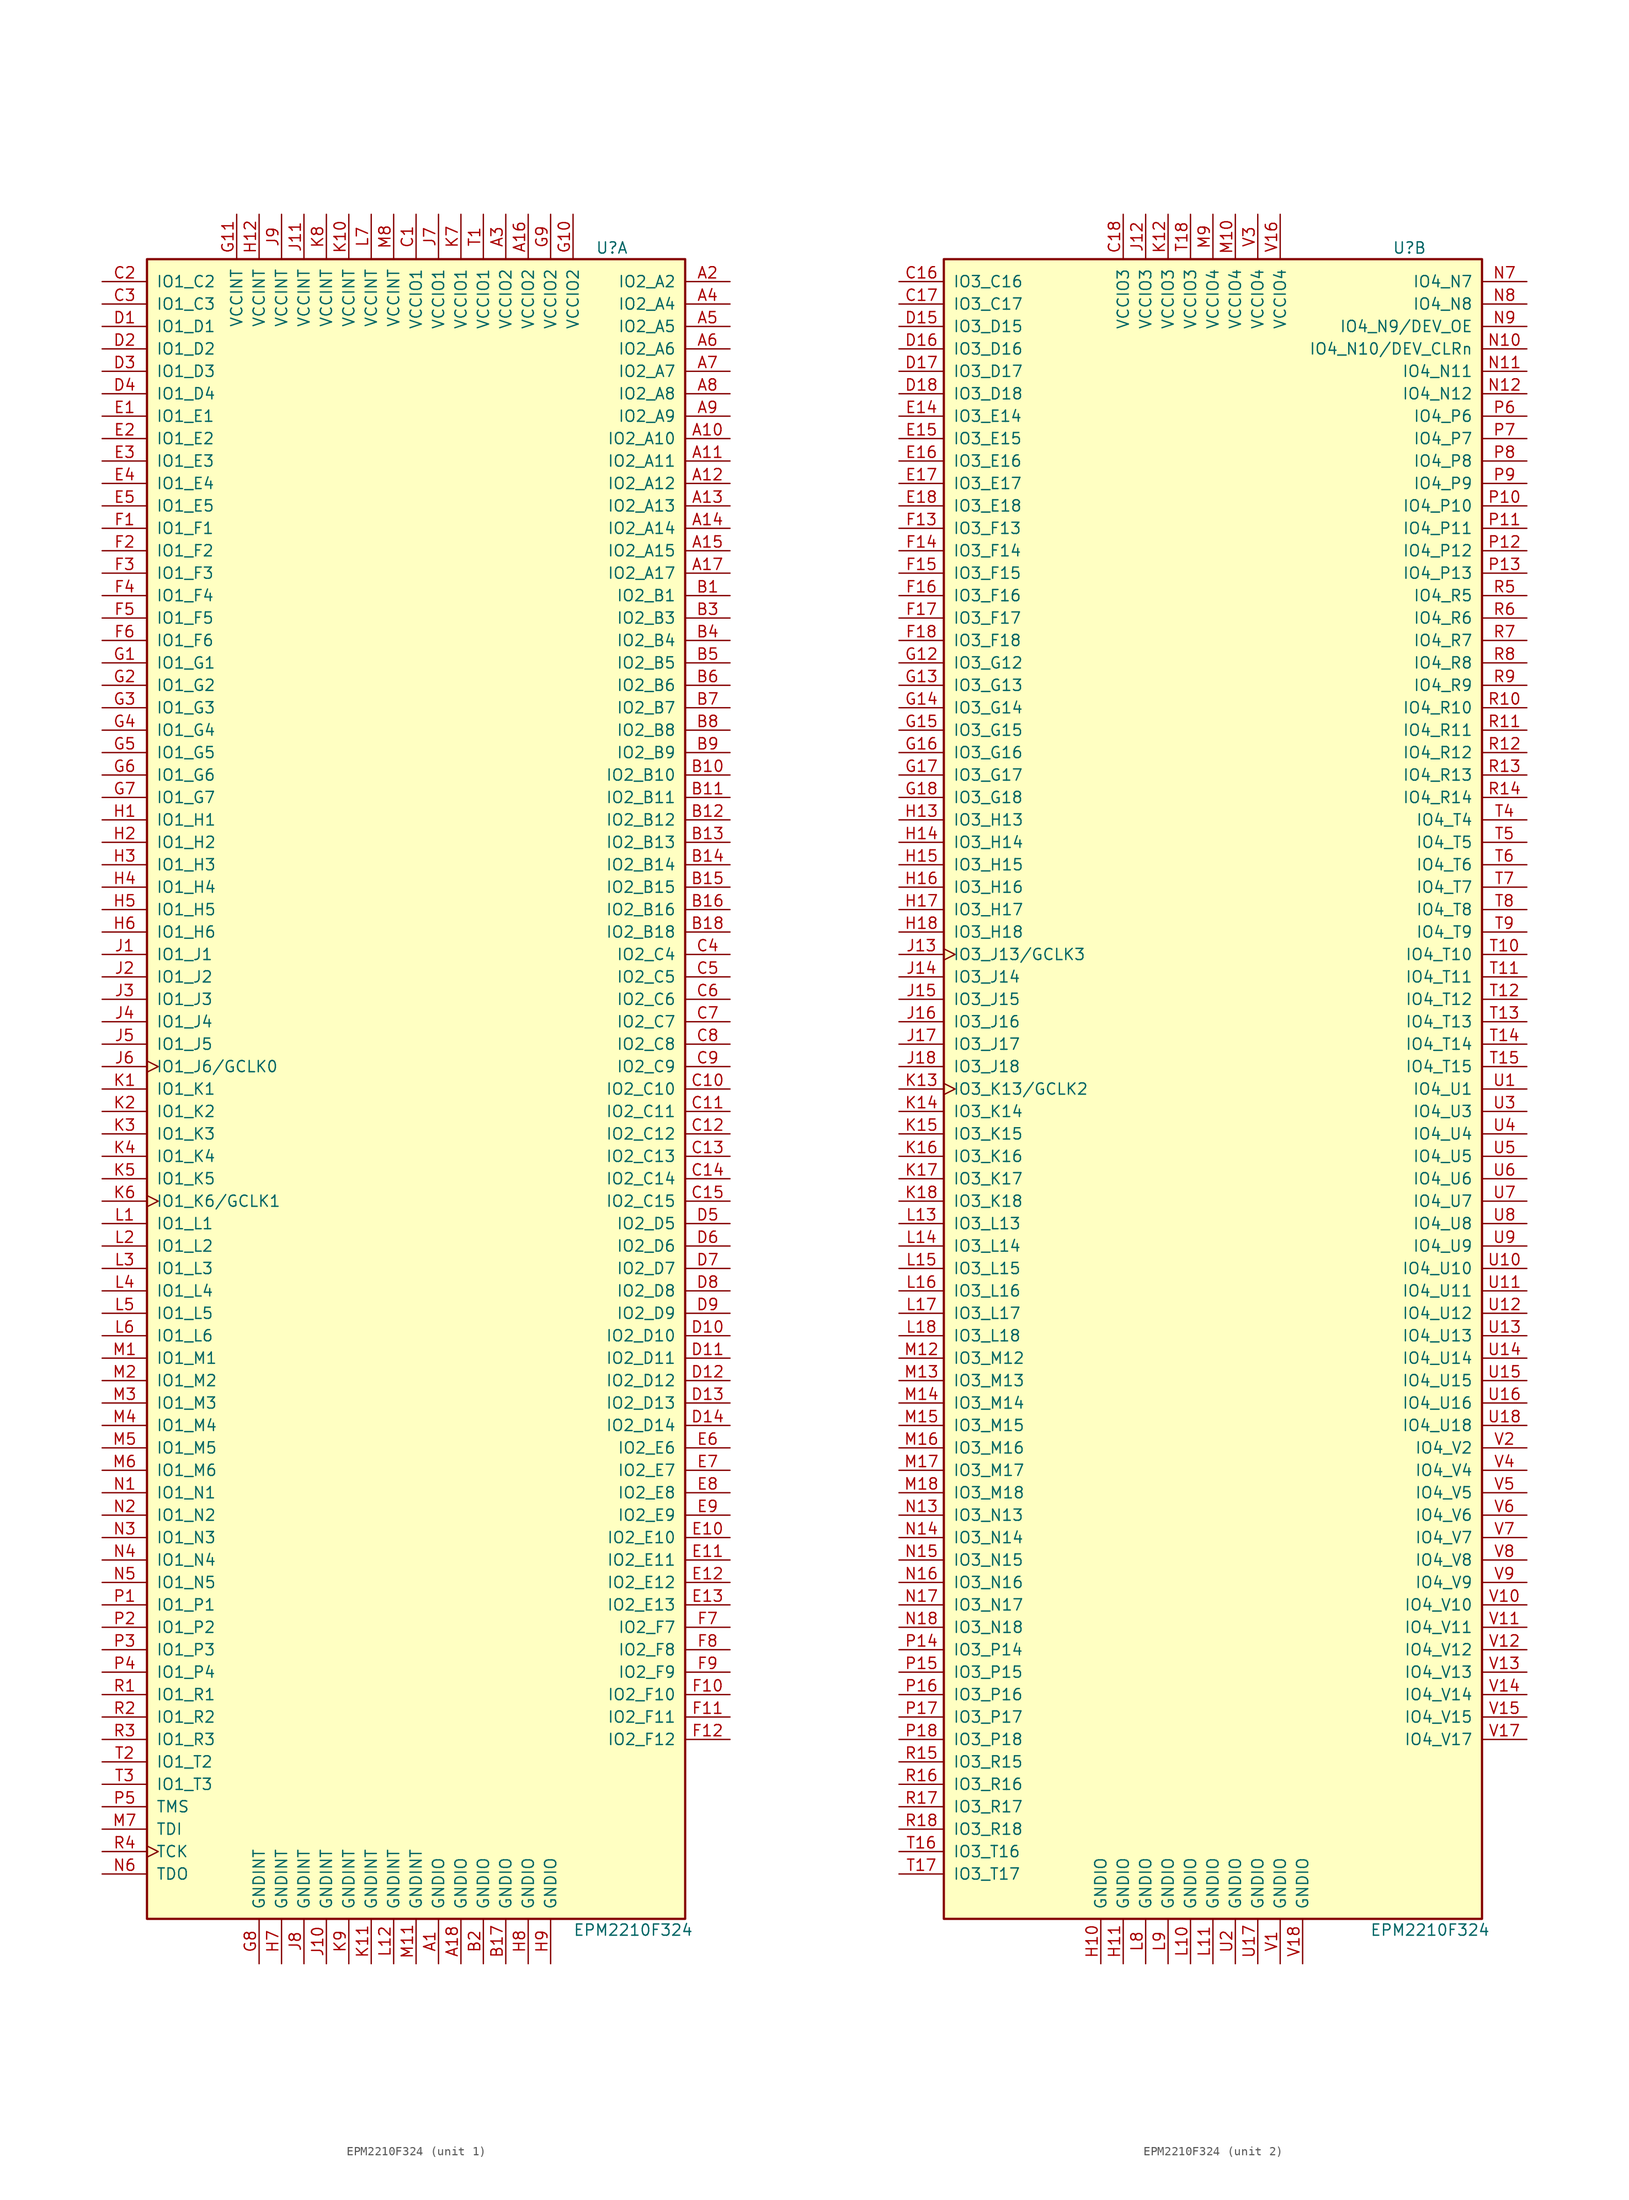
<source format=kicad_sym>
(kicad_symbol_lib
  (version 20201005)
  (generator kicad_symbol_editor)
  (symbol "EPM2210F324"
    (pin_names
      (offset 1.016))
    (property "Reference" "U"
      (at 20.32 95.25 0)
      (effects (font (size 1.27 1.27)) (justify left)))
    (property "Value" "EPM2210F324"
      (at 17.78 -95.25 0)
      (effects (font (size 1.27 1.27)) (justify left)))
    (property "ki_locked" ""
      (at 0 0 0)
      (effects (font (size 1.27 1.27))))
    (symbol "EPM2210F324_1_1"
      (rectangle (start -30.48 93.98) (end 30.48 -93.98) (stroke (width 0.254)) (fill (type background)))
      (pin bidirectional line (at 35.56 91.44 180) (length 5.08) (name "IO2_A2" (effects (font (size 1.27 1.27)))) (number "A2" (effects (font (size 1.27 1.27)))))
      (pin bidirectional line (at 35.56 88.9 180) (length 5.08) (name "IO2_A4" (effects (font (size 1.27 1.27)))) (number "A4" (effects (font (size 1.27 1.27)))))
      (pin bidirectional line (at 35.56 86.36 180) (length 5.08) (name "IO2_A5" (effects (font (size 1.27 1.27)))) (number "A5" (effects (font (size 1.27 1.27)))))
      (pin bidirectional line (at 35.56 83.82 180) (length 5.08) (name "IO2_A6" (effects (font (size 1.27 1.27)))) (number "A6" (effects (font (size 1.27 1.27)))))
      (pin bidirectional line (at 35.56 81.28 180) (length 5.08) (name "IO2_A7" (effects (font (size 1.27 1.27)))) (number "A7" (effects (font (size 1.27 1.27)))))
      (pin bidirectional line (at 35.56 78.74 180) (length 5.08) (name "IO2_A8" (effects (font (size 1.27 1.27)))) (number "A8" (effects (font (size 1.27 1.27)))))
      (pin bidirectional line (at 35.56 76.2 180) (length 5.08) (name "IO2_A9" (effects (font (size 1.27 1.27)))) (number "A9" (effects (font (size 1.27 1.27)))))
      (pin bidirectional line (at 35.56 73.66 180) (length 5.08) (name "IO2_A10" (effects (font (size 1.27 1.27)))) (number "A10" (effects (font (size 1.27 1.27)))))
      (pin bidirectional line (at 35.56 71.12 180) (length 5.08) (name "IO2_A11" (effects (font (size 1.27 1.27)))) (number "A11" (effects (font (size 1.27 1.27)))))
      (pin bidirectional line (at 35.56 68.58 180) (length 5.08) (name "IO2_A12" (effects (font (size 1.27 1.27)))) (number "A12" (effects (font (size 1.27 1.27)))))
      (pin bidirectional line (at 35.56 66.04 180) (length 5.08) (name "IO2_A13" (effects (font (size 1.27 1.27)))) (number "A13" (effects (font (size 1.27 1.27)))))
      (pin bidirectional line (at 35.56 63.5 180) (length 5.08) (name "IO2_A14" (effects (font (size 1.27 1.27)))) (number "A14" (effects (font (size 1.27 1.27)))))
      (pin bidirectional line (at 35.56 60.96 180) (length 5.08) (name "IO2_A15" (effects (font (size 1.27 1.27)))) (number "A15" (effects (font (size 1.27 1.27)))))
      (pin bidirectional line (at 35.56 58.42 180) (length 5.08) (name "IO2_A17" (effects (font (size 1.27 1.27)))) (number "A17" (effects (font (size 1.27 1.27)))))
      (pin bidirectional line (at 35.56 55.88 180) (length 5.08) (name "IO2_B1" (effects (font (size 1.27 1.27)))) (number "B1" (effects (font (size 1.27 1.27)))))
      (pin bidirectional line (at 35.56 53.34 180) (length 5.08) (name "IO2_B3" (effects (font (size 1.27 1.27)))) (number "B3" (effects (font (size 1.27 1.27)))))
      (pin bidirectional line (at 35.56 50.8 180) (length 5.08) (name "IO2_B4" (effects (font (size 1.27 1.27)))) (number "B4" (effects (font (size 1.27 1.27)))))
      (pin bidirectional line (at 35.56 48.26 180) (length 5.08) (name "IO2_B5" (effects (font (size 1.27 1.27)))) (number "B5" (effects (font (size 1.27 1.27)))))
      (pin bidirectional line (at 35.56 45.72 180) (length 5.08) (name "IO2_B6" (effects (font (size 1.27 1.27)))) (number "B6" (effects (font (size 1.27 1.27)))))
      (pin bidirectional line (at 35.56 43.18 180) (length 5.08) (name "IO2_B7" (effects (font (size 1.27 1.27)))) (number "B7" (effects (font (size 1.27 1.27)))))
      (pin bidirectional line (at 35.56 40.64 180) (length 5.08) (name "IO2_B8" (effects (font (size 1.27 1.27)))) (number "B8" (effects (font (size 1.27 1.27)))))
      (pin bidirectional line (at 35.56 38.1 180) (length 5.08) (name "IO2_B9" (effects (font (size 1.27 1.27)))) (number "B9" (effects (font (size 1.27 1.27)))))
      (pin bidirectional line (at 35.56 35.56 180) (length 5.08) (name "IO2_B10" (effects (font (size 1.27 1.27)))) (number "B10" (effects (font (size 1.27 1.27)))))
      (pin bidirectional line (at 35.56 33.02 180) (length 5.08) (name "IO2_B11" (effects (font (size 1.27 1.27)))) (number "B11" (effects (font (size 1.27 1.27)))))
      (pin bidirectional line (at 35.56 30.48 180) (length 5.08) (name "IO2_B12" (effects (font (size 1.27 1.27)))) (number "B12" (effects (font (size 1.27 1.27)))))
      (pin bidirectional line (at 35.56 27.94 180) (length 5.08) (name "IO2_B13" (effects (font (size 1.27 1.27)))) (number "B13" (effects (font (size 1.27 1.27)))))
      (pin bidirectional line (at 35.56 25.4 180) (length 5.08) (name "IO2_B14" (effects (font (size 1.27 1.27)))) (number "B14" (effects (font (size 1.27 1.27)))))
      (pin bidirectional line (at 35.56 22.86 180) (length 5.08) (name "IO2_B15" (effects (font (size 1.27 1.27)))) (number "B15" (effects (font (size 1.27 1.27)))))
      (pin bidirectional line (at 35.56 20.32 180) (length 5.08) (name "IO2_B16" (effects (font (size 1.27 1.27)))) (number "B16" (effects (font (size 1.27 1.27)))))
      (pin bidirectional line (at 35.56 17.78 180) (length 5.08) (name "IO2_B18" (effects (font (size 1.27 1.27)))) (number "B18" (effects (font (size 1.27 1.27)))))
      (pin bidirectional line (at -35.56 91.44 0) (length 5.08) (name "IO1_C2" (effects (font (size 1.27 1.27)))) (number "C2" (effects (font (size 1.27 1.27)))))
      (pin bidirectional line (at -35.56 88.9 0) (length 5.08) (name "IO1_C3" (effects (font (size 1.27 1.27)))) (number "C3" (effects (font (size 1.27 1.27)))))
      (pin bidirectional line (at 35.56 15.24 180) (length 5.08) (name "IO2_C4" (effects (font (size 1.27 1.27)))) (number "C4" (effects (font (size 1.27 1.27)))))
      (pin bidirectional line (at 35.56 12.7 180) (length 5.08) (name "IO2_C5" (effects (font (size 1.27 1.27)))) (number "C5" (effects (font (size 1.27 1.27)))))
      (pin bidirectional line (at 35.56 10.16 180) (length 5.08) (name "IO2_C6" (effects (font (size 1.27 1.27)))) (number "C6" (effects (font (size 1.27 1.27)))))
      (pin bidirectional line (at 35.56 7.62 180) (length 5.08) (name "IO2_C7" (effects (font (size 1.27 1.27)))) (number "C7" (effects (font (size 1.27 1.27)))))
      (pin bidirectional line (at 35.56 5.08 180) (length 5.08) (name "IO2_C8" (effects (font (size 1.27 1.27)))) (number "C8" (effects (font (size 1.27 1.27)))))
      (pin bidirectional line (at 35.56 2.54 180) (length 5.08) (name "IO2_C9" (effects (font (size 1.27 1.27)))) (number "C9" (effects (font (size 1.27 1.27)))))
      (pin bidirectional line (at 35.56 0 180) (length 5.08) (name "IO2_C10" (effects (font (size 1.27 1.27)))) (number "C10" (effects (font (size 1.27 1.27)))))
      (pin bidirectional line (at 35.56 -2.54 180) (length 5.08) (name "IO2_C11" (effects (font (size 1.27 1.27)))) (number "C11" (effects (font (size 1.27 1.27)))))
      (pin bidirectional line (at 35.56 -5.08 180) (length 5.08) (name "IO2_C12" (effects (font (size 1.27 1.27)))) (number "C12" (effects (font (size 1.27 1.27)))))
      (pin bidirectional line (at 35.56 -7.62 180) (length 5.08) (name "IO2_C13" (effects (font (size 1.27 1.27)))) (number "C13" (effects (font (size 1.27 1.27)))))
      (pin bidirectional line (at 35.56 -10.16 180) (length 5.08) (name "IO2_C14" (effects (font (size 1.27 1.27)))) (number "C14" (effects (font (size 1.27 1.27)))))
      (pin bidirectional line (at 35.56 -12.7 180) (length 5.08) (name "IO2_C15" (effects (font (size 1.27 1.27)))) (number "C15" (effects (font (size 1.27 1.27)))))
      (pin bidirectional line (at -35.56 86.36 0) (length 5.08) (name "IO1_D1" (effects (font (size 1.27 1.27)))) (number "D1" (effects (font (size 1.27 1.27)))))
      (pin bidirectional line (at -35.56 83.82 0) (length 5.08) (name "IO1_D2" (effects (font (size 1.27 1.27)))) (number "D2" (effects (font (size 1.27 1.27)))))
      (pin bidirectional line (at -35.56 81.28 0) (length 5.08) (name "IO1_D3" (effects (font (size 1.27 1.27)))) (number "D3" (effects (font (size 1.27 1.27)))))
      (pin bidirectional line (at -35.56 78.74 0) (length 5.08) (name "IO1_D4" (effects (font (size 1.27 1.27)))) (number "D4" (effects (font (size 1.27 1.27)))))
      (pin bidirectional line (at 35.56 -15.24 180) (length 5.08) (name "IO2_D5" (effects (font (size 1.27 1.27)))) (number "D5" (effects (font (size 1.27 1.27)))))
      (pin bidirectional line (at 35.56 -17.78 180) (length 5.08) (name "IO2_D6" (effects (font (size 1.27 1.27)))) (number "D6" (effects (font (size 1.27 1.27)))))
      (pin bidirectional line (at 35.56 -20.32 180) (length 5.08) (name "IO2_D7" (effects (font (size 1.27 1.27)))) (number "D7" (effects (font (size 1.27 1.27)))))
      (pin bidirectional line (at 35.56 -22.86 180) (length 5.08) (name "IO2_D8" (effects (font (size 1.27 1.27)))) (number "D8" (effects (font (size 1.27 1.27)))))
      (pin bidirectional line (at 35.56 -25.4 180) (length 5.08) (name "IO2_D9" (effects (font (size 1.27 1.27)))) (number "D9" (effects (font (size 1.27 1.27)))))
      (pin bidirectional line (at 35.56 -27.94 180) (length 5.08) (name "IO2_D10" (effects (font (size 1.27 1.27)))) (number "D10" (effects (font (size 1.27 1.27)))))
      (pin bidirectional line (at 35.56 -30.48 180) (length 5.08) (name "IO2_D11" (effects (font (size 1.27 1.27)))) (number "D11" (effects (font (size 1.27 1.27)))))
      (pin bidirectional line (at 35.56 -33.02 180) (length 5.08) (name "IO2_D12" (effects (font (size 1.27 1.27)))) (number "D12" (effects (font (size 1.27 1.27)))))
      (pin bidirectional line (at 35.56 -35.56 180) (length 5.08) (name "IO2_D13" (effects (font (size 1.27 1.27)))) (number "D13" (effects (font (size 1.27 1.27)))))
      (pin bidirectional line (at 35.56 -38.1 180) (length 5.08) (name "IO2_D14" (effects (font (size 1.27 1.27)))) (number "D14" (effects (font (size 1.27 1.27)))))
      (pin bidirectional line (at -35.56 76.2 0) (length 5.08) (name "IO1_E1" (effects (font (size 1.27 1.27)))) (number "E1" (effects (font (size 1.27 1.27)))))
      (pin bidirectional line (at -35.56 73.66 0) (length 5.08) (name "IO1_E2" (effects (font (size 1.27 1.27)))) (number "E2" (effects (font (size 1.27 1.27)))))
      (pin bidirectional line (at -35.56 71.12 0) (length 5.08) (name "IO1_E3" (effects (font (size 1.27 1.27)))) (number "E3" (effects (font (size 1.27 1.27)))))
      (pin bidirectional line (at -35.56 68.58 0) (length 5.08) (name "IO1_E4" (effects (font (size 1.27 1.27)))) (number "E4" (effects (font (size 1.27 1.27)))))
      (pin bidirectional line (at -35.56 66.04 0) (length 5.08) (name "IO1_E5" (effects (font (size 1.27 1.27)))) (number "E5" (effects (font (size 1.27 1.27)))))
      (pin bidirectional line (at 35.56 -40.64 180) (length 5.08) (name "IO2_E6" (effects (font (size 1.27 1.27)))) (number "E6" (effects (font (size 1.27 1.27)))))
      (pin bidirectional line (at 35.56 -43.18 180) (length 5.08) (name "IO2_E7" (effects (font (size 1.27 1.27)))) (number "E7" (effects (font (size 1.27 1.27)))))
      (pin bidirectional line (at 35.56 -45.72 180) (length 5.08) (name "IO2_E8" (effects (font (size 1.27 1.27)))) (number "E8" (effects (font (size 1.27 1.27)))))
      (pin bidirectional line (at 35.56 -48.26 180) (length 5.08) (name "IO2_E9" (effects (font (size 1.27 1.27)))) (number "E9" (effects (font (size 1.27 1.27)))))
      (pin bidirectional line (at 35.56 -50.8 180) (length 5.08) (name "IO2_E10" (effects (font (size 1.27 1.27)))) (number "E10" (effects (font (size 1.27 1.27)))))
      (pin bidirectional line (at 35.56 -53.34 180) (length 5.08) (name "IO2_E11" (effects (font (size 1.27 1.27)))) (number "E11" (effects (font (size 1.27 1.27)))))
      (pin bidirectional line (at 35.56 -55.88 180) (length 5.08) (name "IO2_E12" (effects (font (size 1.27 1.27)))) (number "E12" (effects (font (size 1.27 1.27)))))
      (pin bidirectional line (at 35.56 -58.42 180) (length 5.08) (name "IO2_E13" (effects (font (size 1.27 1.27)))) (number "E13" (effects (font (size 1.27 1.27)))))
      (pin bidirectional line (at -35.56 63.5 0) (length 5.08) (name "IO1_F1" (effects (font (size 1.27 1.27)))) (number "F1" (effects (font (size 1.27 1.27)))))
      (pin bidirectional line (at -35.56 60.96 0) (length 5.08) (name "IO1_F2" (effects (font (size 1.27 1.27)))) (number "F2" (effects (font (size 1.27 1.27)))))
      (pin bidirectional line (at -35.56 58.42 0) (length 5.08) (name "IO1_F3" (effects (font (size 1.27 1.27)))) (number "F3" (effects (font (size 1.27 1.27)))))
      (pin bidirectional line (at -35.56 55.88 0) (length 5.08) (name "IO1_F4" (effects (font (size 1.27 1.27)))) (number "F4" (effects (font (size 1.27 1.27)))))
      (pin bidirectional line (at -35.56 53.34 0) (length 5.08) (name "IO1_F5" (effects (font (size 1.27 1.27)))) (number "F5" (effects (font (size 1.27 1.27)))))
      (pin bidirectional line (at -35.56 50.8 0) (length 5.08) (name "IO1_F6" (effects (font (size 1.27 1.27)))) (number "F6" (effects (font (size 1.27 1.27)))))
      (pin bidirectional line (at 35.56 -60.96 180) (length 5.08) (name "IO2_F7" (effects (font (size 1.27 1.27)))) (number "F7" (effects (font (size 1.27 1.27)))))
      (pin bidirectional line (at 35.56 -63.5 180) (length 5.08) (name "IO2_F8" (effects (font (size 1.27 1.27)))) (number "F8" (effects (font (size 1.27 1.27)))))
      (pin bidirectional line (at 35.56 -66.04 180) (length 5.08) (name "IO2_F9" (effects (font (size 1.27 1.27)))) (number "F9" (effects (font (size 1.27 1.27)))))
      (pin bidirectional line (at 35.56 -68.58 180) (length 5.08) (name "IO2_F10" (effects (font (size 1.27 1.27)))) (number "F10" (effects (font (size 1.27 1.27)))))
      (pin bidirectional line (at 35.56 -71.12 180) (length 5.08) (name "IO2_F11" (effects (font (size 1.27 1.27)))) (number "F11" (effects (font (size 1.27 1.27)))))
      (pin bidirectional line (at 35.56 -73.66 180) (length 5.08) (name "IO2_F12" (effects (font (size 1.27 1.27)))) (number "F12" (effects (font (size 1.27 1.27)))))
      (pin bidirectional line (at -35.56 48.26 0) (length 5.08) (name "IO1_G1" (effects (font (size 1.27 1.27)))) (number "G1" (effects (font (size 1.27 1.27)))))
      (pin bidirectional line (at -35.56 45.72 0) (length 5.08) (name "IO1_G2" (effects (font (size 1.27 1.27)))) (number "G2" (effects (font (size 1.27 1.27)))))
      (pin bidirectional line (at -35.56 43.18 0) (length 5.08) (name "IO1_G3" (effects (font (size 1.27 1.27)))) (number "G3" (effects (font (size 1.27 1.27)))))
      (pin bidirectional line (at -35.56 40.64 0) (length 5.08) (name "IO1_G4" (effects (font (size 1.27 1.27)))) (number "G4" (effects (font (size 1.27 1.27)))))
      (pin bidirectional line (at -35.56 38.1 0) (length 5.08) (name "IO1_G5" (effects (font (size 1.27 1.27)))) (number "G5" (effects (font (size 1.27 1.27)))))
      (pin bidirectional line (at -35.56 35.56 0) (length 5.08) (name "IO1_G6" (effects (font (size 1.27 1.27)))) (number "G6" (effects (font (size 1.27 1.27)))))
      (pin bidirectional line (at -35.56 33.02 0) (length 5.08) (name "IO1_G7" (effects (font (size 1.27 1.27)))) (number "G7" (effects (font (size 1.27 1.27)))))
      (pin bidirectional line (at -35.56 30.48 0) (length 5.08) (name "IO1_H1" (effects (font (size 1.27 1.27)))) (number "H1" (effects (font (size 1.27 1.27)))))
      (pin bidirectional line (at -35.56 27.94 0) (length 5.08) (name "IO1_H2" (effects (font (size 1.27 1.27)))) (number "H2" (effects (font (size 1.27 1.27)))))
      (pin bidirectional line (at -35.56 25.4 0) (length 5.08) (name "IO1_H3" (effects (font (size 1.27 1.27)))) (number "H3" (effects (font (size 1.27 1.27)))))
      (pin bidirectional line (at -35.56 22.86 0) (length 5.08) (name "IO1_H4" (effects (font (size 1.27 1.27)))) (number "H4" (effects (font (size 1.27 1.27)))))
      (pin bidirectional line (at -35.56 20.32 0) (length 5.08) (name "IO1_H5" (effects (font (size 1.27 1.27)))) (number "H5" (effects (font (size 1.27 1.27)))))
      (pin bidirectional line (at -35.56 17.78 0) (length 5.08) (name "IO1_H6" (effects (font (size 1.27 1.27)))) (number "H6" (effects (font (size 1.27 1.27)))))
      (pin bidirectional line (at -35.56 15.24 0) (length 5.08) (name "IO1_J1" (effects (font (size 1.27 1.27)))) (number "J1" (effects (font (size 1.27 1.27)))))
      (pin bidirectional line (at -35.56 12.7 0) (length 5.08) (name "IO1_J2" (effects (font (size 1.27 1.27)))) (number "J2" (effects (font (size 1.27 1.27)))))
      (pin bidirectional line (at -35.56 10.16 0) (length 5.08) (name "IO1_J3" (effects (font (size 1.27 1.27)))) (number "J3" (effects (font (size 1.27 1.27)))))
      (pin bidirectional line (at -35.56 7.62 0) (length 5.08) (name "IO1_J4" (effects (font (size 1.27 1.27)))) (number "J4" (effects (font (size 1.27 1.27)))))
      (pin bidirectional line (at -35.56 5.08 0) (length 5.08) (name "IO1_J5" (effects (font (size 1.27 1.27)))) (number "J5" (effects (font (size 1.27 1.27)))))
      (pin bidirectional clock (at -35.56 2.54 0) (length 5.08) (name "IO1_J6/GCLK0" (effects (font (size 1.27 1.27)))) (number "J6" (effects (font (size 1.27 1.27)))))
      (pin bidirectional line (at -35.56 0 0) (length 5.08) (name "IO1_K1" (effects (font (size 1.27 1.27)))) (number "K1" (effects (font (size 1.27 1.27)))))
      (pin bidirectional line (at -35.56 -2.54 0) (length 5.08) (name "IO1_K2" (effects (font (size 1.27 1.27)))) (number "K2" (effects (font (size 1.27 1.27)))))
      (pin bidirectional line (at -35.56 -5.08 0) (length 5.08) (name "IO1_K3" (effects (font (size 1.27 1.27)))) (number "K3" (effects (font (size 1.27 1.27)))))
      (pin bidirectional line (at -35.56 -7.62 0) (length 5.08) (name "IO1_K4" (effects (font (size 1.27 1.27)))) (number "K4" (effects (font (size 1.27 1.27)))))
      (pin bidirectional line (at -35.56 -10.16 0) (length 5.08) (name "IO1_K5" (effects (font (size 1.27 1.27)))) (number "K5" (effects (font (size 1.27 1.27)))))
      (pin bidirectional clock (at -35.56 -12.7 0) (length 5.08) (name "IO1_K6/GCLK1" (effects (font (size 1.27 1.27)))) (number "K6" (effects (font (size 1.27 1.27)))))
      (pin bidirectional line (at -35.56 -15.24 0) (length 5.08) (name "IO1_L1" (effects (font (size 1.27 1.27)))) (number "L1" (effects (font (size 1.27 1.27)))))
      (pin bidirectional line (at -35.56 -17.78 0) (length 5.08) (name "IO1_L2" (effects (font (size 1.27 1.27)))) (number "L2" (effects (font (size 1.27 1.27)))))
      (pin bidirectional line (at -35.56 -20.32 0) (length 5.08) (name "IO1_L3" (effects (font (size 1.27 1.27)))) (number "L3" (effects (font (size 1.27 1.27)))))
      (pin bidirectional line (at -35.56 -22.86 0) (length 5.08) (name "IO1_L4" (effects (font (size 1.27 1.27)))) (number "L4" (effects (font (size 1.27 1.27)))))
      (pin bidirectional line (at -35.56 -25.4 0) (length 5.08) (name "IO1_L5" (effects (font (size 1.27 1.27)))) (number "L5" (effects (font (size 1.27 1.27)))))
      (pin bidirectional line (at -35.56 -27.94 0) (length 5.08) (name "IO1_L6" (effects (font (size 1.27 1.27)))) (number "L6" (effects (font (size 1.27 1.27)))))
      (pin bidirectional line (at -35.56 -30.48 0) (length 5.08) (name "IO1_M1" (effects (font (size 1.27 1.27)))) (number "M1" (effects (font (size 1.27 1.27)))))
      (pin bidirectional line (at -35.56 -33.02 0) (length 5.08) (name "IO1_M2" (effects (font (size 1.27 1.27)))) (number "M2" (effects (font (size 1.27 1.27)))))
      (pin bidirectional line (at -35.56 -35.56 0) (length 5.08) (name "IO1_M3" (effects (font (size 1.27 1.27)))) (number "M3" (effects (font (size 1.27 1.27)))))
      (pin bidirectional line (at -35.56 -38.1 0) (length 5.08) (name "IO1_M4" (effects (font (size 1.27 1.27)))) (number "M4" (effects (font (size 1.27 1.27)))))
      (pin bidirectional line (at -35.56 -40.64 0) (length 5.08) (name "IO1_M5" (effects (font (size 1.27 1.27)))) (number "M5" (effects (font (size 1.27 1.27)))))
      (pin bidirectional line (at -35.56 -43.18 0) (length 5.08) (name "IO1_M6" (effects (font (size 1.27 1.27)))) (number "M6" (effects (font (size 1.27 1.27)))))
      (pin bidirectional line (at -35.56 -45.72 0) (length 5.08) (name "IO1_N1" (effects (font (size 1.27 1.27)))) (number "N1" (effects (font (size 1.27 1.27)))))
      (pin bidirectional line (at -35.56 -48.26 0) (length 5.08) (name "IO1_N2" (effects (font (size 1.27 1.27)))) (number "N2" (effects (font (size 1.27 1.27)))))
      (pin bidirectional line (at -35.56 -50.8 0) (length 5.08) (name "IO1_N3" (effects (font (size 1.27 1.27)))) (number "N3" (effects (font (size 1.27 1.27)))))
      (pin bidirectional line (at -35.56 -53.34 0) (length 5.08) (name "IO1_N4" (effects (font (size 1.27 1.27)))) (number "N4" (effects (font (size 1.27 1.27)))))
      (pin bidirectional line (at -35.56 -55.88 0) (length 5.08) (name "IO1_N5" (effects (font (size 1.27 1.27)))) (number "N5" (effects (font (size 1.27 1.27)))))
      (pin bidirectional line (at -35.56 -58.42 0) (length 5.08) (name "IO1_P1" (effects (font (size 1.27 1.27)))) (number "P1" (effects (font (size 1.27 1.27)))))
      (pin bidirectional line (at -35.56 -60.96 0) (length 5.08) (name "IO1_P2" (effects (font (size 1.27 1.27)))) (number "P2" (effects (font (size 1.27 1.27)))))
      (pin bidirectional line (at -35.56 -63.5 0) (length 5.08) (name "IO1_P3" (effects (font (size 1.27 1.27)))) (number "P3" (effects (font (size 1.27 1.27)))))
      (pin bidirectional line (at -35.56 -66.04 0) (length 5.08) (name "IO1_P4" (effects (font (size 1.27 1.27)))) (number "P4" (effects (font (size 1.27 1.27)))))
      (pin bidirectional line (at -35.56 -68.58 0) (length 5.08) (name "IO1_R1" (effects (font (size 1.27 1.27)))) (number "R1" (effects (font (size 1.27 1.27)))))
      (pin bidirectional line (at -35.56 -71.12 0) (length 5.08) (name "IO1_R2" (effects (font (size 1.27 1.27)))) (number "R2" (effects (font (size 1.27 1.27)))))
      (pin bidirectional line (at -35.56 -73.66 0) (length 5.08) (name "IO1_R3" (effects (font (size 1.27 1.27)))) (number "R3" (effects (font (size 1.27 1.27)))))
      (pin bidirectional line (at -35.56 -76.2 0) (length 5.08) (name "IO1_T2" (effects (font (size 1.27 1.27)))) (number "T2" (effects (font (size 1.27 1.27)))))
      (pin bidirectional line (at -35.56 -78.74 0) (length 5.08) (name "IO1_T3" (effects (font (size 1.27 1.27)))) (number "T3" (effects (font (size 1.27 1.27)))))
      (pin input line (at -35.56 -81.28 0) (length 5.08) (name "TMS" (effects (font (size 1.27 1.27)))) (number "P5" (effects (font (size 1.27 1.27)))))
      (pin input line (at -35.56 -83.82 0) (length 5.08) (name "TDI" (effects (font (size 1.27 1.27)))) (number "M7" (effects (font (size 1.27 1.27)))))
      (pin input clock (at -35.56 -86.36 0) (length 5.08) (name "TCK" (effects (font (size 1.27 1.27)))) (number "R4" (effects (font (size 1.27 1.27)))))
      (pin output line (at -35.56 -88.9 0) (length 5.08) (name "TDO" (effects (font (size 1.27 1.27)))) (number "N6" (effects (font (size 1.27 1.27)))))
      (pin power_in line (at -17.78 -99.06 90) (length 5.08) (name "GNDINT" (effects (font (size 1.27 1.27)))) (number "G8" (effects (font (size 1.27 1.27)))))
      (pin power_in line (at -15.24 -99.06 90) (length 5.08) (name "GNDINT" (effects (font (size 1.27 1.27)))) (number "H7" (effects (font (size 1.27 1.27)))))
      (pin power_in line (at -12.7 -99.06 90) (length 5.08) (name "GNDINT" (effects (font (size 1.27 1.27)))) (number "J8" (effects (font (size 1.27 1.27)))))
      (pin power_in line (at -10.16 -99.06 90) (length 5.08) (name "GNDINT" (effects (font (size 1.27 1.27)))) (number "J10" (effects (font (size 1.27 1.27)))))
      (pin power_in line (at -7.62 -99.06 90) (length 5.08) (name "GNDINT" (effects (font (size 1.27 1.27)))) (number "K9" (effects (font (size 1.27 1.27)))))
      (pin power_in line (at -5.08 -99.06 90) (length 5.08) (name "GNDINT" (effects (font (size 1.27 1.27)))) (number "K11" (effects (font (size 1.27 1.27)))))
      (pin power_in line (at -2.54 -99.06 90) (length 5.08) (name "GNDINT" (effects (font (size 1.27 1.27)))) (number "L12" (effects (font (size 1.27 1.27)))))
      (pin power_in line (at 0 -99.06 90) (length 5.08) (name "GNDINT" (effects (font (size 1.27 1.27)))) (number "M11" (effects (font (size 1.27 1.27)))))
      (pin power_in line (at 2.54 -99.06 90) (length 5.08) (name "GNDIO" (effects (font (size 1.27 1.27)))) (number "A1" (effects (font (size 1.27 1.27)))))
      (pin power_in line (at 5.08 -99.06 90) (length 5.08) (name "GNDIO" (effects (font (size 1.27 1.27)))) (number "A18" (effects (font (size 1.27 1.27)))))
      (pin power_in line (at 7.62 -99.06 90) (length 5.08) (name "GNDIO" (effects (font (size 1.27 1.27)))) (number "B2" (effects (font (size 1.27 1.27)))))
      (pin power_in line (at 10.16 -99.06 90) (length 5.08) (name "GNDIO" (effects (font (size 1.27 1.27)))) (number "B17" (effects (font (size 1.27 1.27)))))
      (pin power_in line (at 12.7 -99.06 90) (length 5.08) (name "GNDIO" (effects (font (size 1.27 1.27)))) (number "H8" (effects (font (size 1.27 1.27)))))
      (pin power_in line (at 15.24 -99.06 90) (length 5.08) (name "GNDIO" (effects (font (size 1.27 1.27)))) (number "H9" (effects (font (size 1.27 1.27)))))
      (pin power_in line (at -20.32 99.06 270) (length 5.08) (name "VCCINT" (effects (font (size 1.27 1.27)))) (number "G11" (effects (font (size 1.27 1.27)))))
      (pin power_in line (at -17.78 99.06 270) (length 5.08) (name "VCCINT" (effects (font (size 1.27 1.27)))) (number "H12" (effects (font (size 1.27 1.27)))))
      (pin power_in line (at -15.24 99.06 270) (length 5.08) (name "VCCINT" (effects (font (size 1.27 1.27)))) (number "J9" (effects (font (size 1.27 1.27)))))
      (pin power_in line (at -12.7 99.06 270) (length 5.08) (name "VCCINT" (effects (font (size 1.27 1.27)))) (number "J11" (effects (font (size 1.27 1.27)))))
      (pin power_in line (at -10.16 99.06 270) (length 5.08) (name "VCCINT" (effects (font (size 1.27 1.27)))) (number "K8" (effects (font (size 1.27 1.27)))))
      (pin power_in line (at -7.62 99.06 270) (length 5.08) (name "VCCINT" (effects (font (size 1.27 1.27)))) (number "K10" (effects (font (size 1.27 1.27)))))
      (pin power_in line (at -5.08 99.06 270) (length 5.08) (name "VCCINT" (effects (font (size 1.27 1.27)))) (number "L7" (effects (font (size 1.27 1.27)))))
      (pin power_in line (at -2.54 99.06 270) (length 5.08) (name "VCCINT" (effects (font (size 1.27 1.27)))) (number "M8" (effects (font (size 1.27 1.27)))))
      (pin power_in line (at 0 99.06 270) (length 5.08) (name "VCCIO1" (effects (font (size 1.27 1.27)))) (number "C1" (effects (font (size 1.27 1.27)))))
      (pin power_in line (at 2.54 99.06 270) (length 5.08) (name "VCCIO1" (effects (font (size 1.27 1.27)))) (number "J7" (effects (font (size 1.27 1.27)))))
      (pin power_in line (at 5.08 99.06 270) (length 5.08) (name "VCCIO1" (effects (font (size 1.27 1.27)))) (number "K7" (effects (font (size 1.27 1.27)))))
      (pin power_in line (at 7.62 99.06 270) (length 5.08) (name "VCCIO1" (effects (font (size 1.27 1.27)))) (number "T1" (effects (font (size 1.27 1.27)))))
      (pin power_in line (at 10.16 99.06 270) (length 5.08) (name "VCCIO2" (effects (font (size 1.27 1.27)))) (number "A3" (effects (font (size 1.27 1.27)))))
      (pin power_in line (at 12.7 99.06 270) (length 5.08) (name "VCCIO2" (effects (font (size 1.27 1.27)))) (number "A16" (effects (font (size 1.27 1.27)))))
      (pin power_in line (at 15.24 99.06 270) (length 5.08) (name "VCCIO2" (effects (font (size 1.27 1.27)))) (number "G9" (effects (font (size 1.27 1.27)))))
      (pin power_in line (at 17.78 99.06 270) (length 5.08) (name "VCCIO2" (effects (font (size 1.27 1.27)))) (number "G10" (effects (font (size 1.27 1.27))))))
    (symbol "EPM2210F324_2_1"
      (rectangle (start -30.48 93.98) (end 30.48 -93.98) (stroke (width 0.254)) (fill (type background)))
      (pin bidirectional line (at -35.56 91.44 0) (length 5.08) (name "IO3_C16" (effects (font (size 1.27 1.27)))) (number "C16" (effects (font (size 1.27 1.27)))))
      (pin bidirectional line (at -35.56 88.9 0) (length 5.08) (name "IO3_C17" (effects (font (size 1.27 1.27)))) (number "C17" (effects (font (size 1.27 1.27)))))
      (pin bidirectional line (at -35.56 86.36 0) (length 5.08) (name "IO3_D15" (effects (font (size 1.27 1.27)))) (number "D15" (effects (font (size 1.27 1.27)))))
      (pin bidirectional line (at -35.56 83.82 0) (length 5.08) (name "IO3_D16" (effects (font (size 1.27 1.27)))) (number "D16" (effects (font (size 1.27 1.27)))))
      (pin bidirectional line (at -35.56 81.28 0) (length 5.08) (name "IO3_D17" (effects (font (size 1.27 1.27)))) (number "D17" (effects (font (size 1.27 1.27)))))
      (pin bidirectional line (at -35.56 78.74 0) (length 5.08) (name "IO3_D18" (effects (font (size 1.27 1.27)))) (number "D18" (effects (font (size 1.27 1.27)))))
      (pin bidirectional line (at -35.56 76.2 0) (length 5.08) (name "IO3_E14" (effects (font (size 1.27 1.27)))) (number "E14" (effects (font (size 1.27 1.27)))))
      (pin bidirectional line (at -35.56 73.66 0) (length 5.08) (name "IO3_E15" (effects (font (size 1.27 1.27)))) (number "E15" (effects (font (size 1.27 1.27)))))
      (pin bidirectional line (at -35.56 71.12 0) (length 5.08) (name "IO3_E16" (effects (font (size 1.27 1.27)))) (number "E16" (effects (font (size 1.27 1.27)))))
      (pin bidirectional line (at -35.56 68.58 0) (length 5.08) (name "IO3_E17" (effects (font (size 1.27 1.27)))) (number "E17" (effects (font (size 1.27 1.27)))))
      (pin bidirectional line (at -35.56 66.04 0) (length 5.08) (name "IO3_E18" (effects (font (size 1.27 1.27)))) (number "E18" (effects (font (size 1.27 1.27)))))
      (pin bidirectional line (at -35.56 63.5 0) (length 5.08) (name "IO3_F13" (effects (font (size 1.27 1.27)))) (number "F13" (effects (font (size 1.27 1.27)))))
      (pin bidirectional line (at -35.56 60.96 0) (length 5.08) (name "IO3_F14" (effects (font (size 1.27 1.27)))) (number "F14" (effects (font (size 1.27 1.27)))))
      (pin bidirectional line (at -35.56 58.42 0) (length 5.08) (name "IO3_F15" (effects (font (size 1.27 1.27)))) (number "F15" (effects (font (size 1.27 1.27)))))
      (pin bidirectional line (at -35.56 55.88 0) (length 5.08) (name "IO3_F16" (effects (font (size 1.27 1.27)))) (number "F16" (effects (font (size 1.27 1.27)))))
      (pin bidirectional line (at -35.56 53.34 0) (length 5.08) (name "IO3_F17" (effects (font (size 1.27 1.27)))) (number "F17" (effects (font (size 1.27 1.27)))))
      (pin bidirectional line (at -35.56 50.8 0) (length 5.08) (name "IO3_F18" (effects (font (size 1.27 1.27)))) (number "F18" (effects (font (size 1.27 1.27)))))
      (pin bidirectional line (at -35.56 48.26 0) (length 5.08) (name "IO3_G12" (effects (font (size 1.27 1.27)))) (number "G12" (effects (font (size 1.27 1.27)))))
      (pin bidirectional line (at -35.56 45.72 0) (length 5.08) (name "IO3_G13" (effects (font (size 1.27 1.27)))) (number "G13" (effects (font (size 1.27 1.27)))))
      (pin bidirectional line (at -35.56 43.18 0) (length 5.08) (name "IO3_G14" (effects (font (size 1.27 1.27)))) (number "G14" (effects (font (size 1.27 1.27)))))
      (pin bidirectional line (at -35.56 40.64 0) (length 5.08) (name "IO3_G15" (effects (font (size 1.27 1.27)))) (number "G15" (effects (font (size 1.27 1.27)))))
      (pin bidirectional line (at -35.56 38.1 0) (length 5.08) (name "IO3_G16" (effects (font (size 1.27 1.27)))) (number "G16" (effects (font (size 1.27 1.27)))))
      (pin bidirectional line (at -35.56 35.56 0) (length 5.08) (name "IO3_G17" (effects (font (size 1.27 1.27)))) (number "G17" (effects (font (size 1.27 1.27)))))
      (pin bidirectional line (at -35.56 33.02 0) (length 5.08) (name "IO3_G18" (effects (font (size 1.27 1.27)))) (number "G18" (effects (font (size 1.27 1.27)))))
      (pin bidirectional line (at -35.56 30.48 0) (length 5.08) (name "IO3_H13" (effects (font (size 1.27 1.27)))) (number "H13" (effects (font (size 1.27 1.27)))))
      (pin bidirectional line (at -35.56 27.94 0) (length 5.08) (name "IO3_H14" (effects (font (size 1.27 1.27)))) (number "H14" (effects (font (size 1.27 1.27)))))
      (pin bidirectional line (at -35.56 25.4 0) (length 5.08) (name "IO3_H15" (effects (font (size 1.27 1.27)))) (number "H15" (effects (font (size 1.27 1.27)))))
      (pin bidirectional line (at -35.56 22.86 0) (length 5.08) (name "IO3_H16" (effects (font (size 1.27 1.27)))) (number "H16" (effects (font (size 1.27 1.27)))))
      (pin bidirectional line (at -35.56 20.32 0) (length 5.08) (name "IO3_H17" (effects (font (size 1.27 1.27)))) (number "H17" (effects (font (size 1.27 1.27)))))
      (pin bidirectional line (at -35.56 17.78 0) (length 5.08) (name "IO3_H18" (effects (font (size 1.27 1.27)))) (number "H18" (effects (font (size 1.27 1.27)))))
      (pin bidirectional clock (at -35.56 15.24 0) (length 5.08) (name "IO3_J13/GCLK3" (effects (font (size 1.27 1.27)))) (number "J13" (effects (font (size 1.27 1.27)))))
      (pin bidirectional line (at -35.56 12.7 0) (length 5.08) (name "IO3_J14" (effects (font (size 1.27 1.27)))) (number "J14" (effects (font (size 1.27 1.27)))))
      (pin bidirectional line (at -35.56 10.16 0) (length 5.08) (name "IO3_J15" (effects (font (size 1.27 1.27)))) (number "J15" (effects (font (size 1.27 1.27)))))
      (pin bidirectional line (at -35.56 7.62 0) (length 5.08) (name "IO3_J16" (effects (font (size 1.27 1.27)))) (number "J16" (effects (font (size 1.27 1.27)))))
      (pin bidirectional line (at -35.56 5.08 0) (length 5.08) (name "IO3_J17" (effects (font (size 1.27 1.27)))) (number "J17" (effects (font (size 1.27 1.27)))))
      (pin bidirectional line (at -35.56 2.54 0) (length 5.08) (name "IO3_J18" (effects (font (size 1.27 1.27)))) (number "J18" (effects (font (size 1.27 1.27)))))
      (pin bidirectional clock (at -35.56 0 0) (length 5.08) (name "IO3_K13/GCLK2" (effects (font (size 1.27 1.27)))) (number "K13" (effects (font (size 1.27 1.27)))))
      (pin bidirectional line (at -35.56 -2.54 0) (length 5.08) (name "IO3_K14" (effects (font (size 1.27 1.27)))) (number "K14" (effects (font (size 1.27 1.27)))))
      (pin bidirectional line (at -35.56 -5.08 0) (length 5.08) (name "IO3_K15" (effects (font (size 1.27 1.27)))) (number "K15" (effects (font (size 1.27 1.27)))))
      (pin bidirectional line (at -35.56 -7.62 0) (length 5.08) (name "IO3_K16" (effects (font (size 1.27 1.27)))) (number "K16" (effects (font (size 1.27 1.27)))))
      (pin bidirectional line (at -35.56 -10.16 0) (length 5.08) (name "IO3_K17" (effects (font (size 1.27 1.27)))) (number "K17" (effects (font (size 1.27 1.27)))))
      (pin bidirectional line (at -35.56 -12.7 0) (length 5.08) (name "IO3_K18" (effects (font (size 1.27 1.27)))) (number "K18" (effects (font (size 1.27 1.27)))))
      (pin bidirectional line (at -35.56 -15.24 0) (length 5.08) (name "IO3_L13" (effects (font (size 1.27 1.27)))) (number "L13" (effects (font (size 1.27 1.27)))))
      (pin bidirectional line (at -35.56 -17.78 0) (length 5.08) (name "IO3_L14" (effects (font (size 1.27 1.27)))) (number "L14" (effects (font (size 1.27 1.27)))))
      (pin bidirectional line (at -35.56 -20.32 0) (length 5.08) (name "IO3_L15" (effects (font (size 1.27 1.27)))) (number "L15" (effects (font (size 1.27 1.27)))))
      (pin bidirectional line (at -35.56 -22.86 0) (length 5.08) (name "IO3_L16" (effects (font (size 1.27 1.27)))) (number "L16" (effects (font (size 1.27 1.27)))))
      (pin bidirectional line (at -35.56 -25.4 0) (length 5.08) (name "IO3_L17" (effects (font (size 1.27 1.27)))) (number "L17" (effects (font (size 1.27 1.27)))))
      (pin bidirectional line (at -35.56 -27.94 0) (length 5.08) (name "IO3_L18" (effects (font (size 1.27 1.27)))) (number "L18" (effects (font (size 1.27 1.27)))))
      (pin bidirectional line (at -35.56 -30.48 0) (length 5.08) (name "IO3_M12" (effects (font (size 1.27 1.27)))) (number "M12" (effects (font (size 1.27 1.27)))))
      (pin bidirectional line (at -35.56 -33.02 0) (length 5.08) (name "IO3_M13" (effects (font (size 1.27 1.27)))) (number "M13" (effects (font (size 1.27 1.27)))))
      (pin bidirectional line (at -35.56 -35.56 0) (length 5.08) (name "IO3_M14" (effects (font (size 1.27 1.27)))) (number "M14" (effects (font (size 1.27 1.27)))))
      (pin bidirectional line (at -35.56 -38.1 0) (length 5.08) (name "IO3_M15" (effects (font (size 1.27 1.27)))) (number "M15" (effects (font (size 1.27 1.27)))))
      (pin bidirectional line (at -35.56 -40.64 0) (length 5.08) (name "IO3_M16" (effects (font (size 1.27 1.27)))) (number "M16" (effects (font (size 1.27 1.27)))))
      (pin bidirectional line (at -35.56 -43.18 0) (length 5.08) (name "IO3_M17" (effects (font (size 1.27 1.27)))) (number "M17" (effects (font (size 1.27 1.27)))))
      (pin bidirectional line (at -35.56 -45.72 0) (length 5.08) (name "IO3_M18" (effects (font (size 1.27 1.27)))) (number "M18" (effects (font (size 1.27 1.27)))))
      (pin bidirectional line (at 35.56 91.44 180) (length 5.08) (name "IO4_N7" (effects (font (size 1.27 1.27)))) (number "N7" (effects (font (size 1.27 1.27)))))
      (pin bidirectional line (at 35.56 88.9 180) (length 5.08) (name "IO4_N8" (effects (font (size 1.27 1.27)))) (number "N8" (effects (font (size 1.27 1.27)))))
      (pin bidirectional line (at 35.56 86.36 180) (length 5.08) (name "IO4_N9/DEV_OE" (effects (font (size 1.27 1.27)))) (number "N9" (effects (font (size 1.27 1.27)))))
      (pin bidirectional line (at 35.56 83.82 180) (length 5.08) (name "IO4_N10/DEV_CLRn" (effects (font (size 1.27 1.27)))) (number "N10" (effects (font (size 1.27 1.27)))))
      (pin bidirectional line (at 35.56 81.28 180) (length 5.08) (name "IO4_N11" (effects (font (size 1.27 1.27)))) (number "N11" (effects (font (size 1.27 1.27)))))
      (pin bidirectional line (at 35.56 78.74 180) (length 5.08) (name "IO4_N12" (effects (font (size 1.27 1.27)))) (number "N12" (effects (font (size 1.27 1.27)))))
      (pin bidirectional line (at -35.56 -48.26 0) (length 5.08) (name "IO3_N13" (effects (font (size 1.27 1.27)))) (number "N13" (effects (font (size 1.27 1.27)))))
      (pin bidirectional line (at -35.56 -50.8 0) (length 5.08) (name "IO3_N14" (effects (font (size 1.27 1.27)))) (number "N14" (effects (font (size 1.27 1.27)))))
      (pin bidirectional line (at -35.56 -53.34 0) (length 5.08) (name "IO3_N15" (effects (font (size 1.27 1.27)))) (number "N15" (effects (font (size 1.27 1.27)))))
      (pin bidirectional line (at -35.56 -55.88 0) (length 5.08) (name "IO3_N16" (effects (font (size 1.27 1.27)))) (number "N16" (effects (font (size 1.27 1.27)))))
      (pin bidirectional line (at -35.56 -58.42 0) (length 5.08) (name "IO3_N17" (effects (font (size 1.27 1.27)))) (number "N17" (effects (font (size 1.27 1.27)))))
      (pin bidirectional line (at -35.56 -60.96 0) (length 5.08) (name "IO3_N18" (effects (font (size 1.27 1.27)))) (number "N18" (effects (font (size 1.27 1.27)))))
      (pin bidirectional line (at 35.56 76.2 180) (length 5.08) (name "IO4_P6" (effects (font (size 1.27 1.27)))) (number "P6" (effects (font (size 1.27 1.27)))))
      (pin bidirectional line (at 35.56 73.66 180) (length 5.08) (name "IO4_P7" (effects (font (size 1.27 1.27)))) (number "P7" (effects (font (size 1.27 1.27)))))
      (pin bidirectional line (at 35.56 71.12 180) (length 5.08) (name "IO4_P8" (effects (font (size 1.27 1.27)))) (number "P8" (effects (font (size 1.27 1.27)))))
      (pin bidirectional line (at 35.56 68.58 180) (length 5.08) (name "IO4_P9" (effects (font (size 1.27 1.27)))) (number "P9" (effects (font (size 1.27 1.27)))))
      (pin bidirectional line (at 35.56 66.04 180) (length 5.08) (name "IO4_P10" (effects (font (size 1.27 1.27)))) (number "P10" (effects (font (size 1.27 1.27)))))
      (pin bidirectional line (at 35.56 63.5 180) (length 5.08) (name "IO4_P11" (effects (font (size 1.27 1.27)))) (number "P11" (effects (font (size 1.27 1.27)))))
      (pin bidirectional line (at 35.56 60.96 180) (length 5.08) (name "IO4_P12" (effects (font (size 1.27 1.27)))) (number "P12" (effects (font (size 1.27 1.27)))))
      (pin bidirectional line (at 35.56 58.42 180) (length 5.08) (name "IO4_P13" (effects (font (size 1.27 1.27)))) (number "P13" (effects (font (size 1.27 1.27)))))
      (pin bidirectional line (at -35.56 -63.5 0) (length 5.08) (name "IO3_P14" (effects (font (size 1.27 1.27)))) (number "P14" (effects (font (size 1.27 1.27)))))
      (pin bidirectional line (at -35.56 -66.04 0) (length 5.08) (name "IO3_P15" (effects (font (size 1.27 1.27)))) (number "P15" (effects (font (size 1.27 1.27)))))
      (pin bidirectional line (at -35.56 -68.58 0) (length 5.08) (name "IO3_P16" (effects (font (size 1.27 1.27)))) (number "P16" (effects (font (size 1.27 1.27)))))
      (pin bidirectional line (at -35.56 -71.12 0) (length 5.08) (name "IO3_P17" (effects (font (size 1.27 1.27)))) (number "P17" (effects (font (size 1.27 1.27)))))
      (pin bidirectional line (at -35.56 -73.66 0) (length 5.08) (name "IO3_P18" (effects (font (size 1.27 1.27)))) (number "P18" (effects (font (size 1.27 1.27)))))
      (pin bidirectional line (at 35.56 55.88 180) (length 5.08) (name "IO4_R5" (effects (font (size 1.27 1.27)))) (number "R5" (effects (font (size 1.27 1.27)))))
      (pin bidirectional line (at 35.56 53.34 180) (length 5.08) (name "IO4_R6" (effects (font (size 1.27 1.27)))) (number "R6" (effects (font (size 1.27 1.27)))))
      (pin bidirectional line (at 35.56 50.8 180) (length 5.08) (name "IO4_R7" (effects (font (size 1.27 1.27)))) (number "R7" (effects (font (size 1.27 1.27)))))
      (pin bidirectional line (at 35.56 48.26 180) (length 5.08) (name "IO4_R8" (effects (font (size 1.27 1.27)))) (number "R8" (effects (font (size 1.27 1.27)))))
      (pin bidirectional line (at 35.56 45.72 180) (length 5.08) (name "IO4_R9" (effects (font (size 1.27 1.27)))) (number "R9" (effects (font (size 1.27 1.27)))))
      (pin bidirectional line (at 35.56 43.18 180) (length 5.08) (name "IO4_R10" (effects (font (size 1.27 1.27)))) (number "R10" (effects (font (size 1.27 1.27)))))
      (pin bidirectional line (at 35.56 40.64 180) (length 5.08) (name "IO4_R11" (effects (font (size 1.27 1.27)))) (number "R11" (effects (font (size 1.27 1.27)))))
      (pin bidirectional line (at 35.56 38.1 180) (length 5.08) (name "IO4_R12" (effects (font (size 1.27 1.27)))) (number "R12" (effects (font (size 1.27 1.27)))))
      (pin bidirectional line (at 35.56 35.56 180) (length 5.08) (name "IO4_R13" (effects (font (size 1.27 1.27)))) (number "R13" (effects (font (size 1.27 1.27)))))
      (pin bidirectional line (at 35.56 33.02 180) (length 5.08) (name "IO4_R14" (effects (font (size 1.27 1.27)))) (number "R14" (effects (font (size 1.27 1.27)))))
      (pin bidirectional line (at -35.56 -76.2 0) (length 5.08) (name "IO3_R15" (effects (font (size 1.27 1.27)))) (number "R15" (effects (font (size 1.27 1.27)))))
      (pin bidirectional line (at -35.56 -78.74 0) (length 5.08) (name "IO3_R16" (effects (font (size 1.27 1.27)))) (number "R16" (effects (font (size 1.27 1.27)))))
      (pin bidirectional line (at -35.56 -81.28 0) (length 5.08) (name "IO3_R17" (effects (font (size 1.27 1.27)))) (number "R17" (effects (font (size 1.27 1.27)))))
      (pin bidirectional line (at -35.56 -83.82 0) (length 5.08) (name "IO3_R18" (effects (font (size 1.27 1.27)))) (number "R18" (effects (font (size 1.27 1.27)))))
      (pin bidirectional line (at 35.56 30.48 180) (length 5.08) (name "IO4_T4" (effects (font (size 1.27 1.27)))) (number "T4" (effects (font (size 1.27 1.27)))))
      (pin bidirectional line (at 35.56 27.94 180) (length 5.08) (name "IO4_T5" (effects (font (size 1.27 1.27)))) (number "T5" (effects (font (size 1.27 1.27)))))
      (pin bidirectional line (at 35.56 25.4 180) (length 5.08) (name "IO4_T6" (effects (font (size 1.27 1.27)))) (number "T6" (effects (font (size 1.27 1.27)))))
      (pin bidirectional line (at 35.56 22.86 180) (length 5.08) (name "IO4_T7" (effects (font (size 1.27 1.27)))) (number "T7" (effects (font (size 1.27 1.27)))))
      (pin bidirectional line (at 35.56 20.32 180) (length 5.08) (name "IO4_T8" (effects (font (size 1.27 1.27)))) (number "T8" (effects (font (size 1.27 1.27)))))
      (pin bidirectional line (at 35.56 17.78 180) (length 5.08) (name "IO4_T9" (effects (font (size 1.27 1.27)))) (number "T9" (effects (font (size 1.27 1.27)))))
      (pin bidirectional line (at 35.56 15.24 180) (length 5.08) (name "IO4_T10" (effects (font (size 1.27 1.27)))) (number "T10" (effects (font (size 1.27 1.27)))))
      (pin bidirectional line (at 35.56 12.7 180) (length 5.08) (name "IO4_T11" (effects (font (size 1.27 1.27)))) (number "T11" (effects (font (size 1.27 1.27)))))
      (pin bidirectional line (at 35.56 10.16 180) (length 5.08) (name "IO4_T12" (effects (font (size 1.27 1.27)))) (number "T12" (effects (font (size 1.27 1.27)))))
      (pin bidirectional line (at 35.56 7.62 180) (length 5.08) (name "IO4_T13" (effects (font (size 1.27 1.27)))) (number "T13" (effects (font (size 1.27 1.27)))))
      (pin bidirectional line (at 35.56 5.08 180) (length 5.08) (name "IO4_T14" (effects (font (size 1.27 1.27)))) (number "T14" (effects (font (size 1.27 1.27)))))
      (pin bidirectional line (at 35.56 2.54 180) (length 5.08) (name "IO4_T15" (effects (font (size 1.27 1.27)))) (number "T15" (effects (font (size 1.27 1.27)))))
      (pin bidirectional line (at -35.56 -86.36 0) (length 5.08) (name "IO3_T16" (effects (font (size 1.27 1.27)))) (number "T16" (effects (font (size 1.27 1.27)))))
      (pin bidirectional line (at -35.56 -88.9 0) (length 5.08) (name "IO3_T17" (effects (font (size 1.27 1.27)))) (number "T17" (effects (font (size 1.27 1.27)))))
      (pin bidirectional line (at 35.56 0 180) (length 5.08) (name "IO4_U1" (effects (font (size 1.27 1.27)))) (number "U1" (effects (font (size 1.27 1.27)))))
      (pin bidirectional line (at 35.56 -2.54 180) (length 5.08) (name "IO4_U3" (effects (font (size 1.27 1.27)))) (number "U3" (effects (font (size 1.27 1.27)))))
      (pin bidirectional line (at 35.56 -5.08 180) (length 5.08) (name "IO4_U4" (effects (font (size 1.27 1.27)))) (number "U4" (effects (font (size 1.27 1.27)))))
      (pin bidirectional line (at 35.56 -7.62 180) (length 5.08) (name "IO4_U5" (effects (font (size 1.27 1.27)))) (number "U5" (effects (font (size 1.27 1.27)))))
      (pin bidirectional line (at 35.56 -10.16 180) (length 5.08) (name "IO4_U6" (effects (font (size 1.27 1.27)))) (number "U6" (effects (font (size 1.27 1.27)))))
      (pin bidirectional line (at 35.56 -12.7 180) (length 5.08) (name "IO4_U7" (effects (font (size 1.27 1.27)))) (number "U7" (effects (font (size 1.27 1.27)))))
      (pin bidirectional line (at 35.56 -15.24 180) (length 5.08) (name "IO4_U8" (effects (font (size 1.27 1.27)))) (number "U8" (effects (font (size 1.27 1.27)))))
      (pin bidirectional line (at 35.56 -17.78 180) (length 5.08) (name "IO4_U9" (effects (font (size 1.27 1.27)))) (number "U9" (effects (font (size 1.27 1.27)))))
      (pin bidirectional line (at 35.56 -20.32 180) (length 5.08) (name "IO4_U10" (effects (font (size 1.27 1.27)))) (number "U10" (effects (font (size 1.27 1.27)))))
      (pin bidirectional line (at 35.56 -22.86 180) (length 5.08) (name "IO4_U11" (effects (font (size 1.27 1.27)))) (number "U11" (effects (font (size 1.27 1.27)))))
      (pin bidirectional line (at 35.56 -25.4 180) (length 5.08) (name "IO4_U12" (effects (font (size 1.27 1.27)))) (number "U12" (effects (font (size 1.27 1.27)))))
      (pin bidirectional line (at 35.56 -27.94 180) (length 5.08) (name "IO4_U13" (effects (font (size 1.27 1.27)))) (number "U13" (effects (font (size 1.27 1.27)))))
      (pin bidirectional line (at 35.56 -30.48 180) (length 5.08) (name "IO4_U14" (effects (font (size 1.27 1.27)))) (number "U14" (effects (font (size 1.27 1.27)))))
      (pin bidirectional line (at 35.56 -33.02 180) (length 5.08) (name "IO4_U15" (effects (font (size 1.27 1.27)))) (number "U15" (effects (font (size 1.27 1.27)))))
      (pin bidirectional line (at 35.56 -35.56 180) (length 5.08) (name "IO4_U16" (effects (font (size 1.27 1.27)))) (number "U16" (effects (font (size 1.27 1.27)))))
      (pin bidirectional line (at 35.56 -38.1 180) (length 5.08) (name "IO4_U18" (effects (font (size 1.27 1.27)))) (number "U18" (effects (font (size 1.27 1.27)))))
      (pin bidirectional line (at 35.56 -40.64 180) (length 5.08) (name "IO4_V2" (effects (font (size 1.27 1.27)))) (number "V2" (effects (font (size 1.27 1.27)))))
      (pin bidirectional line (at 35.56 -43.18 180) (length 5.08) (name "IO4_V4" (effects (font (size 1.27 1.27)))) (number "V4" (effects (font (size 1.27 1.27)))))
      (pin bidirectional line (at 35.56 -45.72 180) (length 5.08) (name "IO4_V5" (effects (font (size 1.27 1.27)))) (number "V5" (effects (font (size 1.27 1.27)))))
      (pin bidirectional line (at 35.56 -48.26 180) (length 5.08) (name "IO4_V6" (effects (font (size 1.27 1.27)))) (number "V6" (effects (font (size 1.27 1.27)))))
      (pin bidirectional line (at 35.56 -50.8 180) (length 5.08) (name "IO4_V7" (effects (font (size 1.27 1.27)))) (number "V7" (effects (font (size 1.27 1.27)))))
      (pin bidirectional line (at 35.56 -53.34 180) (length 5.08) (name "IO4_V8" (effects (font (size 1.27 1.27)))) (number "V8" (effects (font (size 1.27 1.27)))))
      (pin bidirectional line (at 35.56 -55.88 180) (length 5.08) (name "IO4_V9" (effects (font (size 1.27 1.27)))) (number "V9" (effects (font (size 1.27 1.27)))))
      (pin bidirectional line (at 35.56 -58.42 180) (length 5.08) (name "IO4_V10" (effects (font (size 1.27 1.27)))) (number "V10" (effects (font (size 1.27 1.27)))))
      (pin bidirectional line (at 35.56 -60.96 180) (length 5.08) (name "IO4_V11" (effects (font (size 1.27 1.27)))) (number "V11" (effects (font (size 1.27 1.27)))))
      (pin bidirectional line (at 35.56 -63.5 180) (length 5.08) (name "IO4_V12" (effects (font (size 1.27 1.27)))) (number "V12" (effects (font (size 1.27 1.27)))))
      (pin bidirectional line (at 35.56 -66.04 180) (length 5.08) (name "IO4_V13" (effects (font (size 1.27 1.27)))) (number "V13" (effects (font (size 1.27 1.27)))))
      (pin bidirectional line (at 35.56 -68.58 180) (length 5.08) (name "IO4_V14" (effects (font (size 1.27 1.27)))) (number "V14" (effects (font (size 1.27 1.27)))))
      (pin bidirectional line (at 35.56 -71.12 180) (length 5.08) (name "IO4_V15" (effects (font (size 1.27 1.27)))) (number "V15" (effects (font (size 1.27 1.27)))))
      (pin bidirectional line (at 35.56 -73.66 180) (length 5.08) (name "IO4_V17" (effects (font (size 1.27 1.27)))) (number "V17" (effects (font (size 1.27 1.27)))))
      (pin power_in line (at -12.7 -99.06 90) (length 5.08) (name "GNDIO" (effects (font (size 1.27 1.27)))) (number "H10" (effects (font (size 1.27 1.27)))))
      (pin power_in line (at -10.16 -99.06 90) (length 5.08) (name "GNDIO" (effects (font (size 1.27 1.27)))) (number "H11" (effects (font (size 1.27 1.27)))))
      (pin power_in line (at -7.62 -99.06 90) (length 5.08) (name "GNDIO" (effects (font (size 1.27 1.27)))) (number "L8" (effects (font (size 1.27 1.27)))))
      (pin power_in line (at -5.08 -99.06 90) (length 5.08) (name "GNDIO" (effects (font (size 1.27 1.27)))) (number "L9" (effects (font (size 1.27 1.27)))))
      (pin power_in line (at -2.54 -99.06 90) (length 5.08) (name "GNDIO" (effects (font (size 1.27 1.27)))) (number "L10" (effects (font (size 1.27 1.27)))))
      (pin power_in line (at 0 -99.06 90) (length 5.08) (name "GNDIO" (effects (font (size 1.27 1.27)))) (number "L11" (effects (font (size 1.27 1.27)))))
      (pin power_in line (at 2.54 -99.06 90) (length 5.08) (name "GNDIO" (effects (font (size 1.27 1.27)))) (number "U2" (effects (font (size 1.27 1.27)))))
      (pin power_in line (at 5.08 -99.06 90) (length 5.08) (name "GNDIO" (effects (font (size 1.27 1.27)))) (number "U17" (effects (font (size 1.27 1.27)))))
      (pin power_in line (at 7.62 -99.06 90) (length 5.08) (name "GNDIO" (effects (font (size 1.27 1.27)))) (number "V1" (effects (font (size 1.27 1.27)))))
      (pin power_in line (at 10.16 -99.06 90) (length 5.08) (name "GNDIO" (effects (font (size 1.27 1.27)))) (number "V18" (effects (font (size 1.27 1.27)))))
      (pin power_in line (at -10.16 99.06 270) (length 5.08) (name "VCCIO3" (effects (font (size 1.27 1.27)))) (number "C18" (effects (font (size 1.27 1.27)))))
      (pin power_in line (at -7.62 99.06 270) (length 5.08) (name "VCCIO3" (effects (font (size 1.27 1.27)))) (number "J12" (effects (font (size 1.27 1.27)))))
      (pin power_in line (at -5.08 99.06 270) (length 5.08) (name "VCCIO3" (effects (font (size 1.27 1.27)))) (number "K12" (effects (font (size 1.27 1.27)))))
      (pin power_in line (at -2.54 99.06 270) (length 5.08) (name "VCCIO3" (effects (font (size 1.27 1.27)))) (number "T18" (effects (font (size 1.27 1.27)))))
      (pin power_in line (at 0 99.06 270) (length 5.08) (name "VCCIO4" (effects (font (size 1.27 1.27)))) (number "M9" (effects (font (size 1.27 1.27)))))
      (pin power_in line (at 2.54 99.06 270) (length 5.08) (name "VCCIO4" (effects (font (size 1.27 1.27)))) (number "M10" (effects (font (size 1.27 1.27)))))
      (pin power_in line (at 5.08 99.06 270) (length 5.08) (name "VCCIO4" (effects (font (size 1.27 1.27)))) (number "V3" (effects (font (size 1.27 1.27)))))
      (pin power_in line (at 7.62 99.06 270) (length 5.08) (name "VCCIO4" (effects (font (size 1.27 1.27)))) (number "V16" (effects (font (size 1.27 1.27))))))))
</source>
